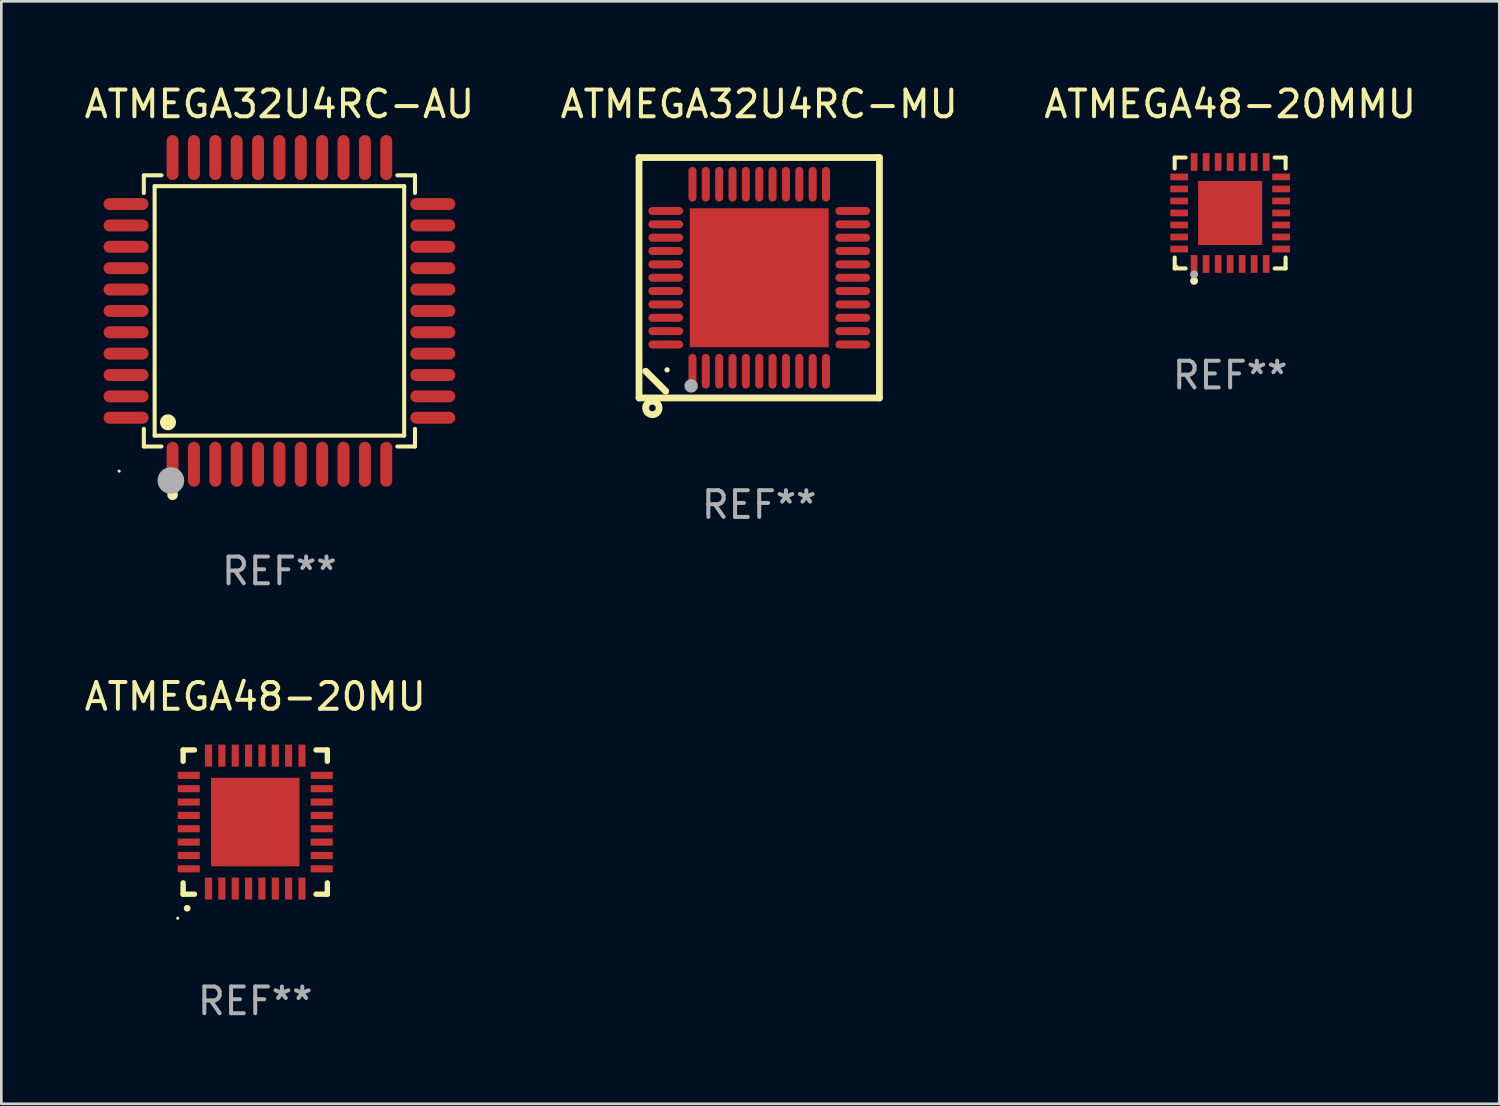
<source format=kicad_pcb>
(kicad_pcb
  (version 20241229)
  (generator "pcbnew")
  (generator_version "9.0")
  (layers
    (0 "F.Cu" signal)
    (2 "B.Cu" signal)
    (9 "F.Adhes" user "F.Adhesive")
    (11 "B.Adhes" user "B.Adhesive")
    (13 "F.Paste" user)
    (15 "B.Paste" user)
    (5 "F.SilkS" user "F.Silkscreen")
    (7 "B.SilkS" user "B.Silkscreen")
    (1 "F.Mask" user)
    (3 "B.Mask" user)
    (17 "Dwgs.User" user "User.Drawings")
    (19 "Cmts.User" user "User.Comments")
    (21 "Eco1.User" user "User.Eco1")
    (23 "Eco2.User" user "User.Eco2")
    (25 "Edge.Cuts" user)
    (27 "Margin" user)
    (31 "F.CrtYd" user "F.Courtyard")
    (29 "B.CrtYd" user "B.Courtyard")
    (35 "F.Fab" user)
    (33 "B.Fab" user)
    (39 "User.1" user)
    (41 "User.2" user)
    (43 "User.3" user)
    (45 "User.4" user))
  (footprint "ATMEGA48-20MU"
    (layer "F.Cu")
    (at 6.506 27.729)
    (property "Reference" "ATMEGA48-20MU" (at 0 -4.7 0) (layer "F.SilkS") (effects (font (size 1 1) (thickness 0.15))))
    (attr through_hole)
    (fp_line (start -2.7 -2.7) (end -2.7 -2.276) (stroke (width 0.201) (type solid)) (layer "F.SilkS"))
    (fp_line (start -2.7 2.7) (end -2.7 2.276) (stroke (width 0.201) (type solid)) (layer "F.SilkS"))
    (fp_line (start -2.276 -2.7) (end -2.7 -2.7) (stroke (width 0.201) (type solid)) (layer "F.SilkS"))
    (fp_line (start -2.276 2.7) (end -2.7 2.7) (stroke (width 0.201) (type solid)) (layer "F.SilkS"))
    (fp_line (start 2.276 2.7) (end 2.7 2.7) (stroke (width 0.201) (type solid)) (layer "F.SilkS"))
    (fp_line (start 2.7 -2.7) (end 2.276 -2.7) (stroke (width 0.201) (type solid)) (layer "F.SilkS"))
    (fp_line (start 2.7 -2.276) (end 2.7 -2.7) (stroke (width 0.201) (type solid)) (layer "F.SilkS"))
    (fp_line (start 2.7 2.7) (end 2.7 2.276) (stroke (width 0.201) (type solid)) (layer "F.SilkS"))
    (fp_arc (start -2.550165 3.225781) (mid -2.548895 3.225775) (end -2.547625 3.225781) (stroke (width 0.24892) (type solid)) (layer "F.SilkS"))
    (fp_circle (center -2.902 3.599) (end -2.872 3.599) (stroke (width 0.06) (type solid)) (fill no) (layer "F.SilkS"))
    (fp_text user "REF**" (at 0 6.7 0) (layer "F.Fab") (effects (font (size 1 1) (thickness 0.15))))
    (pad "1" smd rect (at -1.75 2.489 180) (size 0.267 0.826) (layers "F.Cu" "F.Mask" "F.Paste"))
    (pad "2" smd rect (at -1.25 2.489 180) (size 0.267 0.826) (layers "F.Cu" "F.Mask" "F.Paste"))
    (pad "3" smd rect (at -0.75 2.489 180) (size 0.267 0.826) (layers "F.Cu" "F.Mask" "F.Paste"))
    (pad "4" smd rect (at -0.25 2.489 180) (size 0.267 0.826) (layers "F.Cu" "F.Mask" "F.Paste"))
    (pad "5" smd rect (at 0.25 2.489 180) (size 0.267 0.826) (layers "F.Cu" "F.Mask" "F.Paste"))
    (pad "6" smd rect (at 0.75 2.489 180) (size 0.267 0.826) (layers "F.Cu" "F.Mask" "F.Paste"))
    (pad "7" smd rect (at 1.25 2.489 180) (size 0.267 0.826) (layers "F.Cu" "F.Mask" "F.Paste"))
    (pad "8" smd rect (at 1.75 2.489 180) (size 0.267 0.826) (layers "F.Cu" "F.Mask" "F.Paste"))
    (pad "9" smd rect (at 2.489 1.75 90) (size 0.267 0.826) (layers "F.Cu" "F.Mask" "F.Paste"))
    (pad "10" smd rect (at 2.489 1.25 90) (size 0.267 0.826) (layers "F.Cu" "F.Mask" "F.Paste"))
    (pad "11" smd rect (at 2.489 0.75 90) (size 0.267 0.826) (layers "F.Cu" "F.Mask" "F.Paste"))
    (pad "12" smd rect (at 2.489 0.25 90) (size 0.267 0.826) (layers "F.Cu" "F.Mask" "F.Paste"))
    (pad "13" smd rect (at 2.489 -0.25 90) (size 0.267 0.826) (layers "F.Cu" "F.Mask" "F.Paste"))
    (pad "14" smd rect (at 2.489 -0.75 90) (size 0.267 0.826) (layers "F.Cu" "F.Mask" "F.Paste"))
    (pad "15" smd rect (at 2.489 -1.25 90) (size 0.267 0.826) (layers "F.Cu" "F.Mask" "F.Paste"))
    (pad "16" smd rect (at 2.489 -1.75 90) (size 0.267 0.826) (layers "F.Cu" "F.Mask" "F.Paste"))
    (pad "17" smd rect (at 1.75 -2.489 180) (size 0.267 0.826) (layers "F.Cu" "F.Mask" "F.Paste"))
    (pad "18" smd rect (at 1.25 -2.489 180) (size 0.267 0.826) (layers "F.Cu" "F.Mask" "F.Paste"))
    (pad "19" smd rect (at 0.75 -2.489 180) (size 0.267 0.826) (layers "F.Cu" "F.Mask" "F.Paste"))
    (pad "20" smd rect (at 0.25 -2.489 180) (size 0.267 0.826) (layers "F.Cu" "F.Mask" "F.Paste"))
    (pad "21" smd rect (at -0.25 -2.489 180) (size 0.267 0.826) (layers "F.Cu" "F.Mask" "F.Paste"))
    (pad "22" smd rect (at -0.75 -2.489 180) (size 0.267 0.826) (layers "F.Cu" "F.Mask" "F.Paste"))
    (pad "23" smd rect (at -1.25 -2.489 180) (size 0.267 0.826) (layers "F.Cu" "F.Mask" "F.Paste"))
    (pad "24" smd rect (at -1.75 -2.489 180) (size 0.267 0.826) (layers "F.Cu" "F.Mask" "F.Paste"))
    (pad "25" smd rect (at -2.489 -1.75 90) (size 0.267 0.826) (layers "F.Cu" "F.Mask" "F.Paste"))
    (pad "26" smd rect (at -2.489 -1.25 90) (size 0.267 0.826) (layers "F.Cu" "F.Mask" "F.Paste"))
    (pad "27" smd rect (at -2.489 -0.75 90) (size 0.267 0.826) (layers "F.Cu" "F.Mask" "F.Paste"))
    (pad "28" smd rect (at -2.489 -0.25 90) (size 0.267 0.826) (layers "F.Cu" "F.Mask" "F.Paste"))
    (pad "29" smd rect (at -2.489 0.25 90) (size 0.267 0.826) (layers "F.Cu" "F.Mask" "F.Paste"))
    (pad "30" smd rect (at -2.489 0.75 90) (size 0.267 0.826) (layers "F.Cu" "F.Mask" "F.Paste"))
    (pad "31" smd rect (at -2.489 1.25 90) (size 0.267 0.826) (layers "F.Cu" "F.Mask" "F.Paste"))
    (pad "32" smd rect (at -2.489 1.75 90) (size 0.267 0.826) (layers "F.Cu" "F.Mask" "F.Paste"))
    (pad "33" smd rect (at -0.000102 0.000076 90) (size 3.315 3.315) (layers "F.Cu" "F.Mask" "F.Paste")))
  (footprint "ATMEGA32U4RC-AU"
    (layer "F.Cu")
    (at 7.411 8.59)
    (property "Reference" "ATMEGA32U4RC-AU" (at 0 -7.742 0) (layer "F.SilkS") (effects (font (size 1 1) (thickness 0.15))))
    (attr through_hole)
    (fp_line (start -5.076 -5.076) (end -4.415 -5.076) (stroke (width 0.152) (type solid)) (layer "F.SilkS"))
    (fp_line (start -5.076 -4.415) (end -5.076 -5.076) (stroke (width 0.152) (type solid)) (layer "F.SilkS"))
    (fp_line (start -5.076 4.415) (end -5.076 5.076) (stroke (width 0.152) (type solid)) (layer "F.SilkS"))
    (fp_line (start -5.076 5.076) (end -4.415 5.076) (stroke (width 0.152) (type solid)) (layer "F.SilkS"))
    (fp_line (start -4.671 -4.671) (end 4.671 -4.671) (stroke (width 0.152) (type solid)) (layer "F.SilkS"))
    (fp_line (start -4.671 4.671) (end -4.671 -4.671) (stroke (width 0.152) (type solid)) (layer "F.SilkS"))
    (fp_line (start 4.671 -4.671) (end 4.671 4.671) (stroke (width 0.152) (type solid)) (layer "F.SilkS"))
    (fp_line (start 4.671 4.671) (end -4.671 4.671) (stroke (width 0.152) (type solid)) (layer "F.SilkS"))
    (fp_line (start 5.076 -5.076) (end 4.415 -5.076) (stroke (width 0.152) (type solid)) (layer "F.SilkS"))
    (fp_line (start 5.076 -4.415) (end 5.076 -5.076) (stroke (width 0.152) (type solid)) (layer "F.SilkS"))
    (fp_line (start 5.076 4.415) (end 5.076 5.076) (stroke (width 0.152) (type solid)) (layer "F.SilkS"))
    (fp_line (start 5.076 5.076) (end 4.415 5.076) (stroke (width 0.152) (type solid)) (layer "F.SilkS"))
    (fp_circle (center -6 6) (end -5.97 6) (stroke (width 0.06) (type solid)) (fill no) (layer "F.SilkS"))
    (fp_circle (center -4.171 4.171) (end -4.021 4.171) (stroke (width 0.3) (type solid)) (fill no) (layer "F.SilkS"))
    (fp_circle (center -4 6.884) (end -3.9 6.884) (stroke (width 0.2) (type solid)) (fill no) (layer "F.SilkS"))
    (fp_circle (center -4.064 6.35) (end -3.814 6.35) (stroke (width 0.5) (type solid)) (fill no) (layer "F.Fab"))
    (fp_text user "REF**" (at 0 9.742 0) (layer "F.Fab") (effects (font (size 1 1) (thickness 0.15))))
    (pad "1" smd oval (at -4 5.742) (size 0.448 1.684) (layers "F.Cu" "F.Mask" "F.Paste"))
    (pad "2" smd oval (at -3.2 5.742) (size 0.448 1.684) (layers "F.Cu" "F.Mask" "F.Paste"))
    (pad "3" smd oval (at -2.4 5.742) (size 0.448 1.684) (layers "F.Cu" "F.Mask" "F.Paste"))
    (pad "4" smd oval (at -1.6 5.742) (size 0.448 1.684) (layers "F.Cu" "F.Mask" "F.Paste"))
    (pad "5" smd oval (at -0.8 5.742) (size 0.448 1.684) (layers "F.Cu" "F.Mask" "F.Paste"))
    (pad "6" smd oval (at 0 5.742) (size 0.448 1.684) (layers "F.Cu" "F.Mask" "F.Paste"))
    (pad "7" smd oval (at 0.8 5.742) (size 0.448 1.684) (layers "F.Cu" "F.Mask" "F.Paste"))
    (pad "8" smd oval (at 1.6 5.742) (size 0.448 1.684) (layers "F.Cu" "F.Mask" "F.Paste"))
    (pad "9" smd oval (at 2.4 5.742) (size 0.448 1.684) (layers "F.Cu" "F.Mask" "F.Paste"))
    (pad "10" smd oval (at 3.2 5.742) (size 0.448 1.684) (layers "F.Cu" "F.Mask" "F.Paste"))
    (pad "11" smd oval (at 4 5.742) (size 0.448 1.684) (layers "F.Cu" "F.Mask" "F.Paste"))
    (pad "12" smd oval (at 5.742 4) (size 1.684 0.448) (layers "F.Cu" "F.Mask" "F.Paste"))
    (pad "13" smd oval (at 5.742 3.2) (size 1.684 0.448) (layers "F.Cu" "F.Mask" "F.Paste"))
    (pad "14" smd oval (at 5.742 2.4) (size 1.684 0.448) (layers "F.Cu" "F.Mask" "F.Paste"))
    (pad "15" smd oval (at 5.742 1.6) (size 1.684 0.448) (layers "F.Cu" "F.Mask" "F.Paste"))
    (pad "16" smd oval (at 5.742 0.8) (size 1.684 0.448) (layers "F.Cu" "F.Mask" "F.Paste"))
    (pad "17" smd oval (at 5.742 0) (size 1.684 0.448) (layers "F.Cu" "F.Mask" "F.Paste"))
    (pad "18" smd oval (at 5.742 -0.8) (size 1.684 0.448) (layers "F.Cu" "F.Mask" "F.Paste"))
    (pad "19" smd oval (at 5.742 -1.6) (size 1.684 0.448) (layers "F.Cu" "F.Mask" "F.Paste"))
    (pad "20" smd oval (at 5.742 -2.4) (size 1.684 0.448) (layers "F.Cu" "F.Mask" "F.Paste"))
    (pad "21" smd oval (at 5.742 -3.2) (size 1.684 0.448) (layers "F.Cu" "F.Mask" "F.Paste"))
    (pad "22" smd oval (at 5.742 -4) (size 1.684 0.448) (layers "F.Cu" "F.Mask" "F.Paste"))
    (pad "23" smd oval (at 4 -5.742) (size 0.448 1.684) (layers "F.Cu" "F.Mask" "F.Paste"))
    (pad "24" smd oval (at 3.2 -5.742) (size 0.448 1.684) (layers "F.Cu" "F.Mask" "F.Paste"))
    (pad "25" smd oval (at 2.4 -5.742) (size 0.448 1.684) (layers "F.Cu" "F.Mask" "F.Paste"))
    (pad "26" smd oval (at 1.6 -5.742) (size 0.448 1.684) (layers "F.Cu" "F.Mask" "F.Paste"))
    (pad "27" smd oval (at 0.8 -5.742) (size 0.448 1.684) (layers "F.Cu" "F.Mask" "F.Paste"))
    (pad "28" smd oval (at 0 -5.742) (size 0.448 1.684) (layers "F.Cu" "F.Mask" "F.Paste"))
    (pad "29" smd oval (at -0.8 -5.742) (size 0.448 1.684) (layers "F.Cu" "F.Mask" "F.Paste"))
    (pad "30" smd oval (at -1.6 -5.742) (size 0.448 1.684) (layers "F.Cu" "F.Mask" "F.Paste"))
    (pad "31" smd oval (at -2.4 -5.742) (size 0.448 1.684) (layers "F.Cu" "F.Mask" "F.Paste"))
    (pad "32" smd oval (at -3.2 -5.742) (size 0.448 1.684) (layers "F.Cu" "F.Mask" "F.Paste"))
    (pad "33" smd oval (at -4 -5.742) (size 0.448 1.684) (layers "F.Cu" "F.Mask" "F.Paste"))
    (pad "34" smd oval (at -5.742 -4) (size 1.684 0.448) (layers "F.Cu" "F.Mask" "F.Paste"))
    (pad "35" smd oval (at -5.742 -3.2) (size 1.684 0.448) (layers "F.Cu" "F.Mask" "F.Paste"))
    (pad "36" smd oval (at -5.742 -2.4) (size 1.684 0.448) (layers "F.Cu" "F.Mask" "F.Paste"))
    (pad "37" smd oval (at -5.742 -1.6) (size 1.684 0.448) (layers "F.Cu" "F.Mask" "F.Paste"))
    (pad "38" smd oval (at -5.742 -0.8) (size 1.684 0.448) (layers "F.Cu" "F.Mask" "F.Paste"))
    (pad "39" smd oval (at -5.742 0) (size 1.684 0.448) (layers "F.Cu" "F.Mask" "F.Paste"))
    (pad "40" smd oval (at -5.742 0.8) (size 1.684 0.448) (layers "F.Cu" "F.Mask" "F.Paste"))
    (pad "41" smd oval (at -5.742 1.6) (size 1.684 0.448) (layers "F.Cu" "F.Mask" "F.Paste"))
    (pad "42" smd oval (at -5.742 2.4) (size 1.684 0.448) (layers "F.Cu" "F.Mask" "F.Paste"))
    (pad "43" smd oval (at -5.742 3.2) (size 1.684 0.448) (layers "F.Cu" "F.Mask" "F.Paste"))
    (pad "44" smd oval (at -5.742 4) (size 1.684 0.448) (layers "F.Cu" "F.Mask" "F.Paste")))
  (footprint "ATMEGA32U4RC-MU"
    (layer "F.Cu")
    (at 25.375 7.348)
    (property "Reference" "ATMEGA32U4RC-MU" (at 0 -6.5 0) (layer "F.SilkS") (effects (font (size 1 1) (thickness 0.15))))
    (attr through_hole)
    (fp_line (start -4.5 -4.5) (end -4.5 4.5) (stroke (width 0.254) (type solid)) (layer "F.SilkS"))
    (fp_line (start -4.5 4.5) (end 4.5 4.5) (stroke (width 0.254) (type solid)) (layer "F.SilkS"))
    (fp_line (start -3.5 4.25) (end -4.25 3.5) (stroke (width 0.254) (type solid)) (layer "F.SilkS"))
    (fp_line (start 4.5 -4.5) (end -4.5 -4.5) (stroke (width 0.254) (type solid)) (layer "F.SilkS"))
    (fp_line (start 4.5 4.5) (end 4.5 -4.5) (stroke (width 0.254) (type solid)) (layer "F.SilkS"))
    (fp_circle (center -4 4.875) (end -3.875 4.875) (stroke (width 0.254) (type solid)) (fill no) (layer "F.SilkS"))
    (fp_circle (center -3.45 3.45) (end -3.4 3.45) (stroke (width 0.1) (type solid)) (fill no) (layer "F.SilkS"))
    (fp_circle (center -2.55 4.05) (end -2.423 4.05) (stroke (width 0.254) (type solid)) (fill no) (layer "F.Fab"))
    (fp_text user "REF**" (at 0 8.5 0) (layer "F.Fab") (effects (font (size 1 1) (thickness 0.15))))
    (pad "1" smd oval (at -2.5 3.5 90) (size 1.3 0.3) (layers "F.Cu" "F.Mask" "F.Paste"))
    (pad "2" smd oval (at -2 3.5 90) (size 1.3 0.3) (layers "F.Cu" "F.Mask" "F.Paste"))
    (pad "3" smd oval (at -1.5 3.5 90) (size 1.3 0.3) (layers "F.Cu" "F.Mask" "F.Paste"))
    (pad "4" smd oval (at -1 3.5 90) (size 1.3 0.3) (layers "F.Cu" "F.Mask" "F.Paste"))
    (pad "5" smd oval (at -0.5 3.5 90) (size 1.3 0.3) (layers "F.Cu" "F.Mask" "F.Paste"))
    (pad "6" smd oval (at 0.000025 3.5 90) (size 1.3 0.3) (layers "F.Cu" "F.Mask" "F.Paste"))
    (pad "7" smd oval (at 0.5 3.5 90) (size 1.3 0.3) (layers "F.Cu" "F.Mask" "F.Paste"))
    (pad "8" smd oval (at 1 3.5 90) (size 1.3 0.3) (layers "F.Cu" "F.Mask" "F.Paste"))
    (pad "9" smd oval (at 1.5 3.5 90) (size 1.3 0.3) (layers "F.Cu" "F.Mask" "F.Paste"))
    (pad "10" smd oval (at 2 3.5 90) (size 1.3 0.3) (layers "F.Cu" "F.Mask" "F.Paste"))
    (pad "11" smd oval (at 2.5 3.5 90) (size 1.3 0.3) (layers "F.Cu" "F.Mask" "F.Paste"))
    (pad "12" smd oval (at 3.5 2.5 90) (size 0.3 1.3) (layers "F.Cu" "F.Mask" "F.Paste"))
    (pad "13" smd oval (at 3.5 2 90) (size 0.3 1.3) (layers "F.Cu" "F.Mask" "F.Paste"))
    (pad "14" smd oval (at 3.5 1.5 90) (size 0.3 1.3) (layers "F.Cu" "F.Mask" "F.Paste"))
    (pad "15" smd oval (at 3.5 1 90) (size 0.3 1.3) (layers "F.Cu" "F.Mask" "F.Paste"))
    (pad "16" smd oval (at 3.5 0.5 90) (size 0.3 1.3) (layers "F.Cu" "F.Mask" "F.Paste"))
    (pad "17" smd oval (at 3.5 0.000025 90) (size 0.3 1.3) (layers "F.Cu" "F.Mask" "F.Paste"))
    (pad "18" smd oval (at 3.5 -0.5 90) (size 0.3 1.3) (layers "F.Cu" "F.Mask" "F.Paste"))
    (pad "19" smd oval (at 3.5 -1 90) (size 0.3 1.3) (layers "F.Cu" "F.Mask" "F.Paste"))
    (pad "20" smd oval (at 3.5 -1.5 90) (size 0.3 1.3) (layers "F.Cu" "F.Mask" "F.Paste"))
    (pad "21" smd oval (at 3.5 -2 90) (size 0.3 1.3) (layers "F.Cu" "F.Mask" "F.Paste"))
    (pad "22" smd oval (at 3.5 -2.5 90) (size 0.3 1.3) (layers "F.Cu" "F.Mask" "F.Paste"))
    (pad "23" smd oval (at 2.5 -3.5 90) (size 1.3 0.3) (layers "F.Cu" "F.Mask" "F.Paste"))
    (pad "24" smd oval (at 2 -3.5 90) (size 1.3 0.3) (layers "F.Cu" "F.Mask" "F.Paste"))
    (pad "25" smd oval (at 1.5 -3.5 90) (size 1.3 0.3) (layers "F.Cu" "F.Mask" "F.Paste"))
    (pad "26" smd oval (at 1 -3.5 90) (size 1.3 0.3) (layers "F.Cu" "F.Mask" "F.Paste"))
    (pad "27" smd oval (at 0.5 -3.5 90) (size 1.3 0.3) (layers "F.Cu" "F.Mask" "F.Paste"))
    (pad "28" smd oval (at 0.000025 -3.5 90) (size 1.3 0.3) (layers "F.Cu" "F.Mask" "F.Paste"))
    (pad "29" smd oval (at -0.5 -3.5 90) (size 1.3 0.3) (layers "F.Cu" "F.Mask" "F.Paste"))
    (pad "30" smd oval (at -1 -3.5 90) (size 1.3 0.3) (layers "F.Cu" "F.Mask" "F.Paste"))
    (pad "31" smd oval (at -1.5 -3.5 90) (size 1.3 0.3) (layers "F.Cu" "F.Mask" "F.Paste"))
    (pad "32" smd oval (at -2 -3.5 90) (size 1.3 0.3) (layers "F.Cu" "F.Mask" "F.Paste"))
    (pad "33" smd oval (at -2.5 -3.5 90) (size 1.3 0.3) (layers "F.Cu" "F.Mask" "F.Paste"))
    (pad "34" smd oval (at -3.5 -2.5 90) (size 0.3 1.3) (layers "F.Cu" "F.Mask" "F.Paste"))
    (pad "35" smd oval (at -3.5 -2 90) (size 0.3 1.3) (layers "F.Cu" "F.Mask" "F.Paste"))
    (pad "36" smd oval (at -3.5 -1.5 90) (size 0.3 1.3) (layers "F.Cu" "F.Mask" "F.Paste"))
    (pad "37" smd oval (at -3.5 -1 90) (size 0.3 1.3) (layers "F.Cu" "F.Mask" "F.Paste"))
    (pad "38" smd oval (at -3.5 -0.5 90) (size 0.3 1.3) (layers "F.Cu" "F.Mask" "F.Paste"))
    (pad "39" smd oval (at -3.5 0.000025 90) (size 0.3 1.3) (layers "F.Cu" "F.Mask" "F.Paste"))
    (pad "40" smd oval (at -3.5 0.5 90) (size 0.3 1.3) (layers "F.Cu" "F.Mask" "F.Paste"))
    (pad "41" smd oval (at -3.5 1 90) (size 0.3 1.3) (layers "F.Cu" "F.Mask" "F.Paste"))
    (pad "42" smd oval (at -3.5 1.5 90) (size 0.3 1.3) (layers "F.Cu" "F.Mask" "F.Paste"))
    (pad "43" smd oval (at -3.5 2 90) (size 0.3 1.3) (layers "F.Cu" "F.Mask" "F.Paste"))
    (pad "44" smd oval (at -3.5 2.5 90) (size 0.3 1.3) (layers "F.Cu" "F.Mask" "F.Paste"))
    (pad "45" smd rect (at 0.000025 0.000025 90) (size 5.2 5.2) (layers "F.Cu" "F.Mask" "F.Paste")))
  (footprint "ATMEGA48-20MMU"
    (layer "F.Cu")
    (at 43.006 4.924)
    (property "Reference" "ATMEGA48-20MMU" (at 0 -4.076 0) (layer "F.SilkS") (effects (font (size 1 1) (thickness 0.15))))
    (attr through_hole)
    (fp_line (start -2.076 -2.076) (end -1.666 -2.076) (stroke (width 0.152) (type solid)) (layer "F.SilkS"))
    (fp_line (start -2.076 -1.666) (end -2.076 -2.076) (stroke (width 0.152) (type solid)) (layer "F.SilkS"))
    (fp_line (start -2.076 1.666) (end -2.076 2.076) (stroke (width 0.152) (type solid)) (layer "F.SilkS"))
    (fp_line (start -2.076 2.076) (end -1.666 2.076) (stroke (width 0.152) (type solid)) (layer "F.SilkS"))
    (fp_line (start 2.076 -2.076) (end 1.666 -2.076) (stroke (width 0.152) (type solid)) (layer "F.SilkS"))
    (fp_line (start 2.076 -1.666) (end 2.076 -2.076) (stroke (width 0.152) (type solid)) (layer "F.SilkS"))
    (fp_line (start 2.076 1.666) (end 2.076 2.076) (stroke (width 0.152) (type solid)) (layer "F.SilkS"))
    (fp_line (start 2.076 2.076) (end 1.666 2.076) (stroke (width 0.152) (type solid)) (layer "F.SilkS"))
    (fp_circle (center -2 2) (end -1.97 2) (stroke (width 0.06) (type solid)) (fill no) (layer "F.SilkS"))
    (fp_circle (center -1.35 2.54) (end -1.275 2.54) (stroke (width 0.15) (type solid)) (fill no) (layer "F.SilkS"))
    (fp_circle (center -1.35 2.3) (end -1.275 2.3) (stroke (width 0.15) (type solid)) (fill no) (layer "F.Fab"))
    (fp_text user "REF**" (at 0 6.076 0) (layer "F.Fab") (effects (font (size 1 1) (thickness 0.15))))
    (pad "1" smd rect (at -1.35 1.908) (size 0.252 0.665) (layers "F.Cu" "F.Mask" "F.Paste"))
    (pad "2" smd rect (at -0.9 1.908) (size 0.252 0.665) (layers "F.Cu" "F.Mask" "F.Paste"))
    (pad "3" smd rect (at -0.45 1.908) (size 0.252 0.665) (layers "F.Cu" "F.Mask" "F.Paste"))
    (pad "4" smd rect (at 0 1.908) (size 0.252 0.665) (layers "F.Cu" "F.Mask" "F.Paste"))
    (pad "5" smd rect (at 0.45 1.908) (size 0.252 0.665) (layers "F.Cu" "F.Mask" "F.Paste"))
    (pad "6" smd rect (at 0.9 1.908) (size 0.252 0.665) (layers "F.Cu" "F.Mask" "F.Paste"))
    (pad "7" smd rect (at 1.35 1.908) (size 0.252 0.665) (layers "F.Cu" "F.Mask" "F.Paste"))
    (pad "8" smd rect (at 1.908 1.35) (size 0.665 0.252) (layers "F.Cu" "F.Mask" "F.Paste"))
    (pad "9" smd rect (at 1.908 0.9) (size 0.665 0.252) (layers "F.Cu" "F.Mask" "F.Paste"))
    (pad "10" smd rect (at 1.908 0.45) (size 0.665 0.252) (layers "F.Cu" "F.Mask" "F.Paste"))
    (pad "11" smd rect (at 1.908 0) (size 0.665 0.252) (layers "F.Cu" "F.Mask" "F.Paste"))
    (pad "12" smd rect (at 1.908 -0.45) (size 0.665 0.252) (layers "F.Cu" "F.Mask" "F.Paste"))
    (pad "13" smd rect (at 1.908 -0.9) (size 0.665 0.252) (layers "F.Cu" "F.Mask" "F.Paste"))
    (pad "14" smd rect (at 1.908 -1.35) (size 0.665 0.252) (layers "F.Cu" "F.Mask" "F.Paste"))
    (pad "15" smd rect (at 1.35 -1.908) (size 0.252 0.665) (layers "F.Cu" "F.Mask" "F.Paste"))
    (pad "16" smd rect (at 0.9 -1.908) (size 0.252 0.665) (layers "F.Cu" "F.Mask" "F.Paste"))
    (pad "17" smd rect (at 0.45 -1.908) (size 0.252 0.665) (layers "F.Cu" "F.Mask" "F.Paste"))
    (pad "18" smd rect (at 0 -1.908) (size 0.252 0.665) (layers "F.Cu" "F.Mask" "F.Paste"))
    (pad "19" smd rect (at -0.45 -1.908) (size 0.252 0.665) (layers "F.Cu" "F.Mask" "F.Paste"))
    (pad "20" smd rect (at -0.9 -1.908) (size 0.252 0.665) (layers "F.Cu" "F.Mask" "F.Paste"))
    (pad "21" smd rect (at -1.35 -1.908) (size 0.252 0.665) (layers "F.Cu" "F.Mask" "F.Paste"))
    (pad "22" smd rect (at -1.908 -1.35) (size 0.665 0.252) (layers "F.Cu" "F.Mask" "F.Paste"))
    (pad "23" smd rect (at -1.908 -0.9) (size 0.665 0.252) (layers "F.Cu" "F.Mask" "F.Paste"))
    (pad "24" smd rect (at -1.908 -0.45) (size 0.665 0.252) (layers "F.Cu" "F.Mask" "F.Paste"))
    (pad "25" smd rect (at -1.908 0) (size 0.665 0.252) (layers "F.Cu" "F.Mask" "F.Paste"))
    (pad "26" smd rect (at -1.908 0.45) (size 0.665 0.252) (layers "F.Cu" "F.Mask" "F.Paste"))
    (pad "27" smd rect (at -1.908 0.9) (size 0.665 0.252) (layers "F.Cu" "F.Mask" "F.Paste"))
    (pad "28" smd rect (at -1.908 1.35) (size 0.665 0.252) (layers "F.Cu" "F.Mask" "F.Paste"))
    (pad "29" smd rect (at 0 0) (size 2.4 2.4) (layers "F.Cu" "F.Mask" "F.Paste")))
  (gr_rect
    (start -3 -3)
    (end 53.083 38.277)
    (stroke (width 0.1) (type default))
    (fill no)
    (layer "Edge.Cuts")))
</source>
